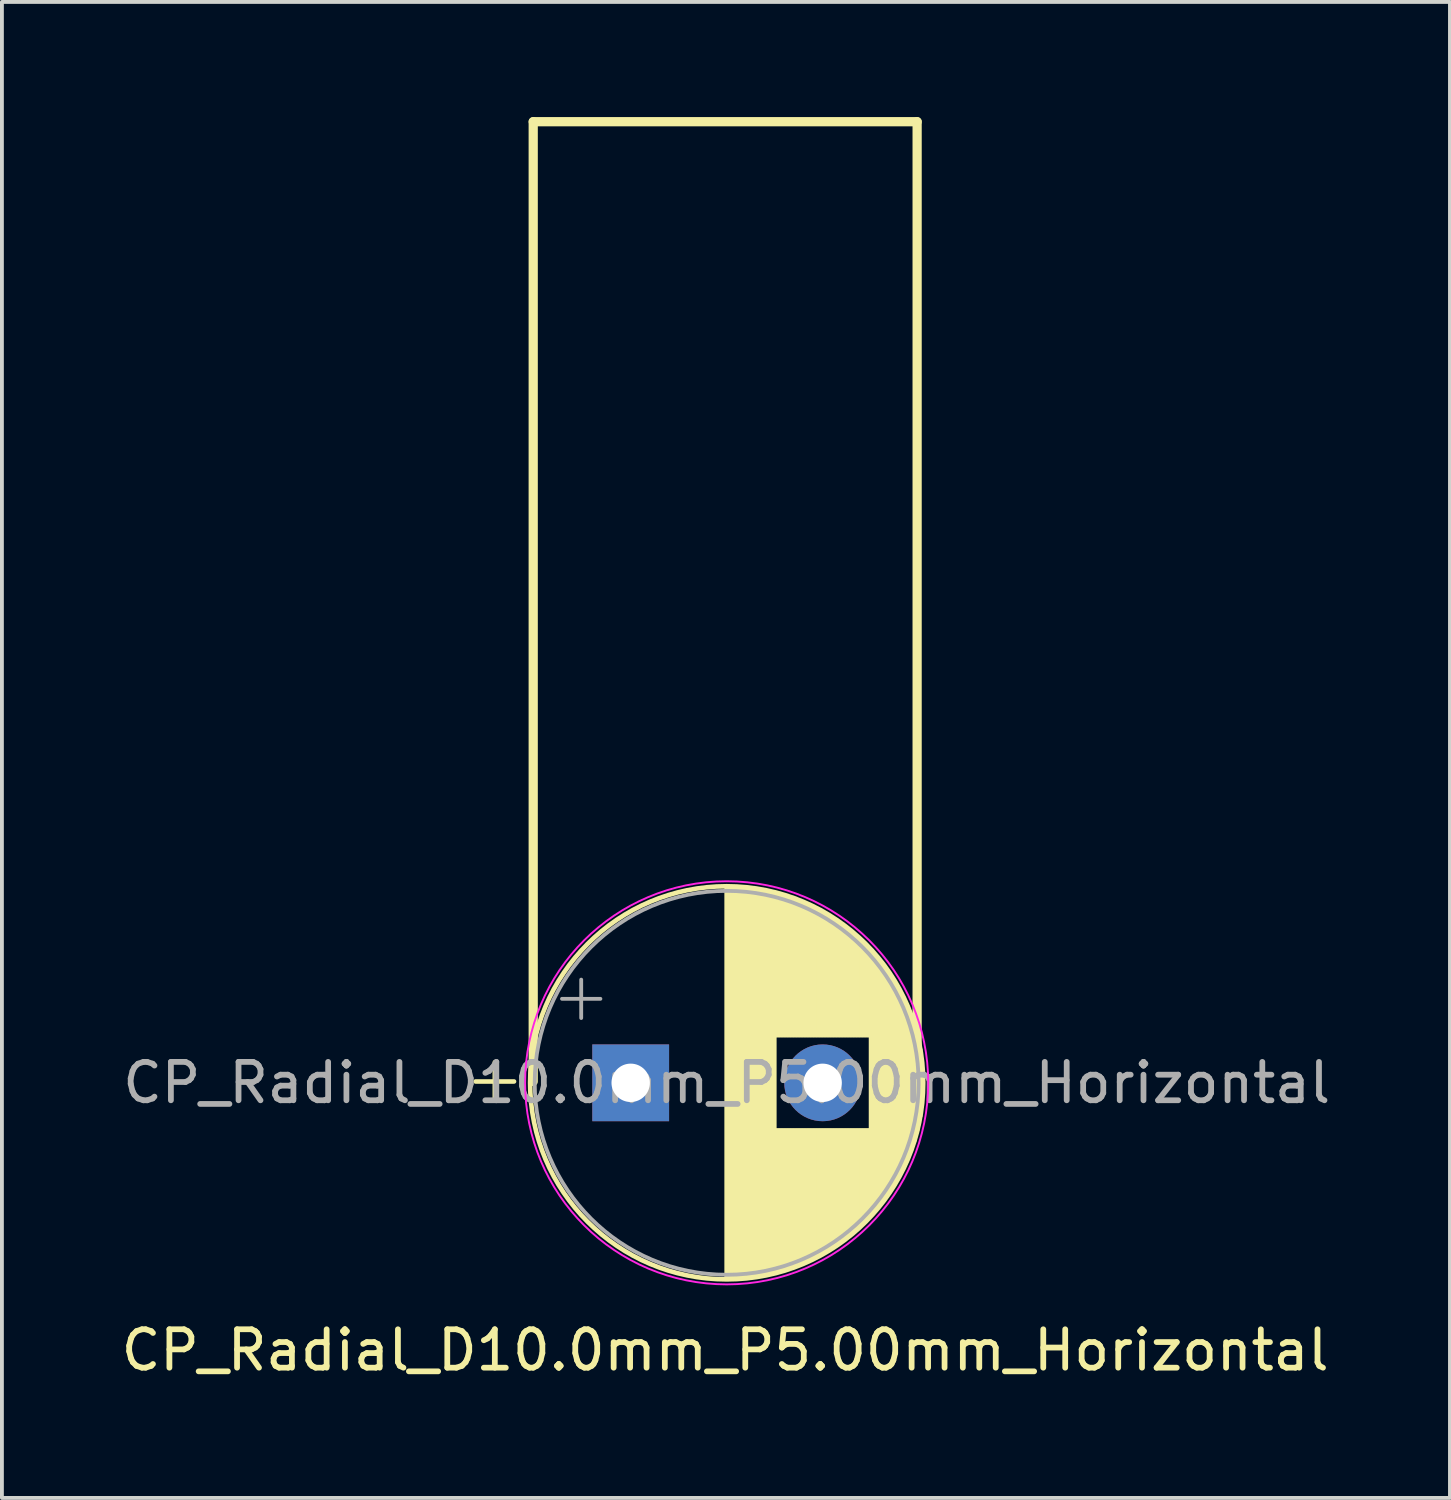
<source format=kicad_pcb>
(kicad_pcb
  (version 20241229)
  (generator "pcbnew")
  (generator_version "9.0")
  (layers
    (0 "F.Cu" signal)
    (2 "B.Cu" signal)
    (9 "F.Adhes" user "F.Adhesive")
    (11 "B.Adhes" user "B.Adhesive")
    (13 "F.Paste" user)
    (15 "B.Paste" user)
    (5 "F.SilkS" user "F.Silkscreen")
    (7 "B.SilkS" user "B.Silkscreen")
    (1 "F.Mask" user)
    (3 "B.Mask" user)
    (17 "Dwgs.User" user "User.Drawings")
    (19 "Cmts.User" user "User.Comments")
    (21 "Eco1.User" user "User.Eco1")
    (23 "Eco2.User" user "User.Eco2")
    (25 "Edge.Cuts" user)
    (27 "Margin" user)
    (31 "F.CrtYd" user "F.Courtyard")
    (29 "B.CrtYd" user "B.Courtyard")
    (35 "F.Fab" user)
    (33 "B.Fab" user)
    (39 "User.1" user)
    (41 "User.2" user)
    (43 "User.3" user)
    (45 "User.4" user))
  (footprint "CP_Radial_D10.0mm_P5.00mm_Horizontal"
    (layer "F.Cu")
    (at 15.839 25.12)
    (property "Reference" "CP_Radial_D10.0mm_P5.00mm_Horizontal" (at 0 7 0) (unlocked yes) (layer "F.SilkS") (effects (font (size 1 1) (thickness 0.15))))
    (attr through_hole)
    (fp_line (start -6.5 0) (end -5.5 0) (stroke (width 0.12) (type solid)) (layer "F.SilkS"))
    (fp_line (start -6 -0.5) (end -6 0.5) (stroke (width 0.12) (type solid)) (layer "F.SilkS"))
    (fp_line (start -5 -25) (end -5 0) (stroke (width 0.24) (type solid)) (layer "F.SilkS"))
    (fp_line (start 0.039 -5.045) (end 0.039 5.114) (stroke (width 0.12) (type solid)) (layer "F.SilkS"))
    (fp_line (start 0.079 -5.045) (end 0.079 5.114) (stroke (width 0.12) (type solid)) (layer "F.SilkS"))
    (fp_line (start 0.119 -5.045) (end 0.119 5.114) (stroke (width 0.12) (type solid)) (layer "F.SilkS"))
    (fp_line (start 0.159 -5.045) (end 0.159 5.114) (stroke (width 0.12) (type solid)) (layer "F.SilkS"))
    (fp_line (start 0.199 -5.043) (end 0.199 5.112) (stroke (width 0.12) (type solid)) (layer "F.SilkS"))
    (fp_line (start 0.239 -5.043) (end 0.239 5.112) (stroke (width 0.12) (type solid)) (layer "F.SilkS"))
    (fp_line (start 0.279 -5.04) (end 0.279 5.109) (stroke (width 0.12) (type solid)) (layer "F.SilkS"))
    (fp_line (start 0.319 -5.038) (end 0.319 5.107) (stroke (width 0.12) (type solid)) (layer "F.SilkS"))
    (fp_line (start 0.359 -5.035) (end 0.359 5.104) (stroke (width 0.12) (type solid)) (layer "F.SilkS"))
    (fp_line (start 0.399 -5.034) (end 0.399 5.103) (stroke (width 0.12) (type solid)) (layer "F.SilkS"))
    (fp_line (start 0.439 -5.03) (end 0.439 5.099) (stroke (width 0.12) (type solid)) (layer "F.SilkS"))
    (fp_line (start 0.479 -5.027) (end 0.479 5.096) (stroke (width 0.12) (type solid)) (layer "F.SilkS"))
    (fp_line (start 0.519 -5.024) (end 0.519 5.093) (stroke (width 0.12) (type solid)) (layer "F.SilkS"))
    (fp_line (start 0.559 -5.019) (end 0.559 5.088) (stroke (width 0.12) (type solid)) (layer "F.SilkS"))
    (fp_line (start 0.599 -5.016) (end 0.599 5.085) (stroke (width 0.12) (type solid)) (layer "F.SilkS"))
    (fp_line (start 0.639 -5.011) (end 0.639 5.08) (stroke (width 0.12) (type solid)) (layer "F.SilkS"))
    (fp_line (start 0.679 -5.005) (end 0.679 5.074) (stroke (width 0.12) (type solid)) (layer "F.SilkS"))
    (fp_line (start 0.719 -5) (end 0.719 5.069) (stroke (width 0.12) (type solid)) (layer "F.SilkS"))
    (fp_line (start 0.76 -4.995) (end 0.76 5.064) (stroke (width 0.12) (type solid)) (layer "F.SilkS"))
    (fp_line (start 0.8 -4.989) (end 0.8 5.059) (stroke (width 0.12) (type solid)) (layer "F.SilkS"))
    (fp_line (start 0.84 -4.984) (end 0.84 5.053) (stroke (width 0.12) (type solid)) (layer "F.SilkS"))
    (fp_line (start 0.88 -4.976) (end 0.88 5.045) (stroke (width 0.12) (type solid)) (layer "F.SilkS"))
    (fp_line (start 0.92 -4.97) (end 0.92 5.038) (stroke (width 0.12) (type solid)) (layer "F.SilkS"))
    (fp_line (start 0.96 -4.963) (end 0.96 5.032) (stroke (width 0.12) (type solid)) (layer "F.SilkS"))
    (fp_line (start 1 -4.955) (end 1 5.024) (stroke (width 0.12) (type solid)) (layer "F.SilkS"))
    (fp_line (start 1.04 -4.947) (end 1.04 5.016) (stroke (width 0.12) (type solid)) (layer "F.SilkS"))
    (fp_line (start 1.08 -4.939) (end 1.08 5.008) (stroke (width 0.12) (type solid)) (layer "F.SilkS"))
    (fp_line (start 1.12 -4.931) (end 1.12 5) (stroke (width 0.12) (type solid)) (layer "F.SilkS"))
    (fp_line (start 1.16 -4.921) (end 1.16 4.99) (stroke (width 0.12) (type solid)) (layer "F.SilkS"))
    (fp_line (start 1.2 -4.912) (end 1.2 4.981) (stroke (width 0.12) (type solid)) (layer "F.SilkS"))
    (fp_line (start 1.24 -4.904) (end 1.24 4.973) (stroke (width 0.12) (type solid)) (layer "F.SilkS"))
    (fp_line (start 1.28 -4.894) (end 1.28 4.963) (stroke (width 0.12) (type solid)) (layer "F.SilkS"))
    (fp_line (start 1.32 -4.883) (end 1.32 -1.206) (stroke (width 0.12) (type solid)) (layer "F.SilkS"))
    (fp_line (start 1.32 1.276) (end 1.32 4.952) (stroke (width 0.12) (type solid)) (layer "F.SilkS"))
    (fp_line (start 1.36 -4.872) (end 1.36 -1.206) (stroke (width 0.12) (type solid)) (layer "F.SilkS"))
    (fp_line (start 1.36 1.276) (end 1.36 4.941) (stroke (width 0.12) (type solid)) (layer "F.SilkS"))
    (fp_line (start 1.4 -4.862) (end 1.4 -1.206) (stroke (width 0.12) (type solid)) (layer "F.SilkS"))
    (fp_line (start 1.4 1.276) (end 1.4 4.931) (stroke (width 0.12) (type solid)) (layer "F.SilkS"))
    (fp_line (start 1.44 -4.851) (end 1.44 -1.206) (stroke (width 0.12) (type solid)) (layer "F.SilkS"))
    (fp_line (start 1.44 1.276) (end 1.44 4.92) (stroke (width 0.12) (type solid)) (layer "F.SilkS"))
    (fp_line (start 1.48 -4.84) (end 1.48 -1.206) (stroke (width 0.12) (type solid)) (layer "F.SilkS"))
    (fp_line (start 1.48 1.276) (end 1.48 4.909) (stroke (width 0.12) (type solid)) (layer "F.SilkS"))
    (fp_line (start 1.52 -4.827) (end 1.52 -1.206) (stroke (width 0.12) (type solid)) (layer "F.SilkS"))
    (fp_line (start 1.52 1.276) (end 1.52 4.896) (stroke (width 0.12) (type solid)) (layer "F.SilkS"))
    (fp_line (start 1.56 -4.816) (end 1.56 -1.206) (stroke (width 0.12) (type solid)) (layer "F.SilkS"))
    (fp_line (start 1.56 1.276) (end 1.56 4.885) (stroke (width 0.12) (type solid)) (layer "F.SilkS"))
    (fp_line (start 1.6 -4.803) (end 1.6 -1.206) (stroke (width 0.12) (type solid)) (layer "F.SilkS"))
    (fp_line (start 1.6 1.276) (end 1.6 4.872) (stroke (width 0.12) (type solid)) (layer "F.SilkS"))
    (fp_line (start 1.64 -4.79) (end 1.64 -1.206) (stroke (width 0.12) (type solid)) (layer "F.SilkS"))
    (fp_line (start 1.64 1.276) (end 1.64 4.859) (stroke (width 0.12) (type solid)) (layer "F.SilkS"))
    (fp_line (start 1.68 -4.777) (end 1.68 -1.206) (stroke (width 0.12) (type solid)) (layer "F.SilkS"))
    (fp_line (start 1.68 1.276) (end 1.68 4.846) (stroke (width 0.12) (type solid)) (layer "F.SilkS"))
    (fp_line (start 1.72 -4.763) (end 1.72 -1.206) (stroke (width 0.12) (type solid)) (layer "F.SilkS"))
    (fp_line (start 1.72 1.276) (end 1.72 4.832) (stroke (width 0.12) (type solid)) (layer "F.SilkS"))
    (fp_line (start 1.76 -4.748) (end 1.76 -1.206) (stroke (width 0.12) (type solid)) (layer "F.SilkS"))
    (fp_line (start 1.76 1.276) (end 1.76 4.817) (stroke (width 0.12) (type solid)) (layer "F.SilkS"))
    (fp_line (start 1.8 -4.734) (end 1.8 -1.206) (stroke (width 0.12) (type solid)) (layer "F.SilkS"))
    (fp_line (start 1.8 1.276) (end 1.8 4.803) (stroke (width 0.12) (type solid)) (layer "F.SilkS"))
    (fp_line (start 1.84 -4.72) (end 1.84 -1.206) (stroke (width 0.12) (type solid)) (layer "F.SilkS"))
    (fp_line (start 1.84 1.276) (end 1.84 4.788) (stroke (width 0.12) (type solid)) (layer "F.SilkS"))
    (fp_line (start 1.88 -4.704) (end 1.88 -1.206) (stroke (width 0.12) (type solid)) (layer "F.SilkS"))
    (fp_line (start 1.88 1.276) (end 1.88 4.772) (stroke (width 0.12) (type solid)) (layer "F.SilkS"))
    (fp_line (start 1.92 -4.689) (end 1.92 -1.206) (stroke (width 0.12) (type solid)) (layer "F.SilkS"))
    (fp_line (start 1.92 1.276) (end 1.92 4.758) (stroke (width 0.12) (type solid)) (layer "F.SilkS"))
    (fp_line (start 1.96 -4.673) (end 1.96 -1.206) (stroke (width 0.12) (type solid)) (layer "F.SilkS"))
    (fp_line (start 1.96 1.276) (end 1.96 4.742) (stroke (width 0.12) (type solid)) (layer "F.SilkS"))
    (fp_line (start 2 -4.655) (end 2 -1.206) (stroke (width 0.12) (type solid)) (layer "F.SilkS"))
    (fp_line (start 2 1.276) (end 2 4.724) (stroke (width 0.12) (type solid)) (layer "F.SilkS"))
    (fp_line (start 2.04 -4.639) (end 2.04 -1.206) (stroke (width 0.12) (type solid)) (layer "F.SilkS"))
    (fp_line (start 2.04 1.276) (end 2.04 4.708) (stroke (width 0.12) (type solid)) (layer "F.SilkS"))
    (fp_line (start 2.08 -4.622) (end 2.08 -1.206) (stroke (width 0.12) (type solid)) (layer "F.SilkS"))
    (fp_line (start 2.08 1.276) (end 2.08 4.691) (stroke (width 0.12) (type solid)) (layer "F.SilkS"))
    (fp_line (start 2.12 -4.604) (end 2.12 -1.206) (stroke (width 0.12) (type solid)) (layer "F.SilkS"))
    (fp_line (start 2.12 1.276) (end 2.12 4.673) (stroke (width 0.12) (type solid)) (layer "F.SilkS"))
    (fp_line (start 2.16 -4.587) (end 2.16 -1.206) (stroke (width 0.12) (type solid)) (layer "F.SilkS"))
    (fp_line (start 2.16 1.276) (end 2.16 4.655) (stroke (width 0.12) (type solid)) (layer "F.SilkS"))
    (fp_line (start 2.2 -4.569) (end 2.2 -1.206) (stroke (width 0.12) (type solid)) (layer "F.SilkS"))
    (fp_line (start 2.2 1.276) (end 2.2 4.638) (stroke (width 0.12) (type solid)) (layer "F.SilkS"))
    (fp_line (start 2.24 -4.55) (end 2.24 -1.206) (stroke (width 0.12) (type solid)) (layer "F.SilkS"))
    (fp_line (start 2.24 1.276) (end 2.24 4.619) (stroke (width 0.12) (type solid)) (layer "F.SilkS"))
    (fp_line (start 2.28 -4.529) (end 2.28 -1.206) (stroke (width 0.12) (type solid)) (layer "F.SilkS"))
    (fp_line (start 2.28 1.276) (end 2.28 4.598) (stroke (width 0.12) (type solid)) (layer "F.SilkS"))
    (fp_line (start 2.32 -4.511) (end 2.32 -1.206) (stroke (width 0.12) (type solid)) (layer "F.SilkS"))
    (fp_line (start 2.32 1.276) (end 2.32 4.58) (stroke (width 0.12) (type solid)) (layer "F.SilkS"))
    (fp_line (start 2.36 -4.49) (end 2.36 -1.206) (stroke (width 0.12) (type solid)) (layer "F.SilkS"))
    (fp_line (start 2.36 1.276) (end 2.36 4.559) (stroke (width 0.12) (type solid)) (layer "F.SilkS"))
    (fp_line (start 2.4 -4.47) (end 2.4 -1.206) (stroke (width 0.12) (type solid)) (layer "F.SilkS"))
    (fp_line (start 2.4 1.276) (end 2.4 4.538) (stroke (width 0.12) (type solid)) (layer "F.SilkS"))
    (fp_line (start 2.44 -4.449) (end 2.44 -1.206) (stroke (width 0.12) (type solid)) (layer "F.SilkS"))
    (fp_line (start 2.44 1.276) (end 2.44 4.518) (stroke (width 0.12) (type solid)) (layer "F.SilkS"))
    (fp_line (start 2.48 -4.428) (end 2.48 -1.206) (stroke (width 0.12) (type solid)) (layer "F.SilkS"))
    (fp_line (start 2.48 1.276) (end 2.48 4.497) (stroke (width 0.12) (type solid)) (layer "F.SilkS"))
    (fp_line (start 2.52 -4.405) (end 2.52 -1.206) (stroke (width 0.12) (type solid)) (layer "F.SilkS"))
    (fp_line (start 2.52 1.276) (end 2.52 4.474) (stroke (width 0.12) (type solid)) (layer "F.SilkS"))
    (fp_line (start 2.56 -4.383) (end 2.56 -1.206) (stroke (width 0.12) (type solid)) (layer "F.SilkS"))
    (fp_line (start 2.56 1.276) (end 2.56 4.452) (stroke (width 0.12) (type solid)) (layer "F.SilkS"))
    (fp_line (start 2.6 -4.361) (end 2.6 -1.206) (stroke (width 0.12) (type solid)) (layer "F.SilkS"))
    (fp_line (start 2.6 1.276) (end 2.6 4.429) (stroke (width 0.12) (type solid)) (layer "F.SilkS"))
    (fp_line (start 2.64 -4.337) (end 2.64 -1.206) (stroke (width 0.12) (type solid)) (layer "F.SilkS"))
    (fp_line (start 2.64 1.276) (end 2.64 4.405) (stroke (width 0.12) (type solid)) (layer "F.SilkS"))
    (fp_line (start 2.68 -4.312) (end 2.68 -1.206) (stroke (width 0.12) (type solid)) (layer "F.SilkS"))
    (fp_line (start 2.68 1.276) (end 2.68 4.381) (stroke (width 0.12) (type solid)) (layer "F.SilkS"))
    (fp_line (start 2.72 -4.288) (end 2.72 -1.206) (stroke (width 0.12) (type solid)) (layer "F.SilkS"))
    (fp_line (start 2.72 1.276) (end 2.72 4.357) (stroke (width 0.12) (type solid)) (layer "F.SilkS"))
    (fp_line (start 2.76 -4.263) (end 2.76 -1.206) (stroke (width 0.12) (type solid)) (layer "F.SilkS"))
    (fp_line (start 2.76 1.276) (end 2.76 4.332) (stroke (width 0.12) (type solid)) (layer "F.SilkS"))
    (fp_line (start 2.8 -4.239) (end 2.8 -1.206) (stroke (width 0.12) (type solid)) (layer "F.SilkS"))
    (fp_line (start 2.8 1.276) (end 2.8 4.308) (stroke (width 0.12) (type solid)) (layer "F.SilkS"))
    (fp_line (start 2.84 -4.213) (end 2.84 -1.206) (stroke (width 0.12) (type solid)) (layer "F.SilkS"))
    (fp_line (start 2.84 1.276) (end 2.84 4.282) (stroke (width 0.12) (type solid)) (layer "F.SilkS"))
    (fp_line (start 2.88 -4.186) (end 2.88 -1.206) (stroke (width 0.12) (type solid)) (layer "F.SilkS"))
    (fp_line (start 2.88 1.276) (end 2.88 4.255) (stroke (width 0.12) (type solid)) (layer "F.SilkS"))
    (fp_line (start 2.92 -4.16) (end 2.92 -1.206) (stroke (width 0.12) (type solid)) (layer "F.SilkS"))
    (fp_line (start 2.92 1.276) (end 2.92 4.229) (stroke (width 0.12) (type solid)) (layer "F.SilkS"))
    (fp_line (start 2.96 -4.131) (end 2.96 -1.206) (stroke (width 0.12) (type solid)) (layer "F.SilkS"))
    (fp_line (start 2.96 1.276) (end 2.96 4.2) (stroke (width 0.12) (type solid)) (layer "F.SilkS"))
    (fp_line (start 3 -4.104) (end 3 -1.206) (stroke (width 0.12) (type solid)) (layer "F.SilkS"))
    (fp_line (start 3 1.276) (end 3 4.173) (stroke (width 0.12) (type solid)) (layer "F.SilkS"))
    (fp_line (start 3.04 -4.075) (end 3.04 -1.206) (stroke (width 0.12) (type solid)) (layer "F.SilkS"))
    (fp_line (start 3.04 1.276) (end 3.04 4.144) (stroke (width 0.12) (type solid)) (layer "F.SilkS"))
    (fp_line (start 3.08 -4.045) (end 3.08 -1.206) (stroke (width 0.12) (type solid)) (layer "F.SilkS"))
    (fp_line (start 3.08 1.276) (end 3.08 4.114) (stroke (width 0.12) (type solid)) (layer "F.SilkS"))
    (fp_line (start 3.12 -4.016) (end 3.12 -1.206) (stroke (width 0.12) (type solid)) (layer "F.SilkS"))
    (fp_line (start 3.12 1.276) (end 3.12 4.085) (stroke (width 0.12) (type solid)) (layer "F.SilkS"))
    (fp_line (start 3.16 -3.986) (end 3.16 -1.206) (stroke (width 0.12) (type solid)) (layer "F.SilkS"))
    (fp_line (start 3.16 1.276) (end 3.16 4.054) (stroke (width 0.12) (type solid)) (layer "F.SilkS"))
    (fp_line (start 3.2 -3.954) (end 3.2 -1.206) (stroke (width 0.12) (type solid)) (layer "F.SilkS"))
    (fp_line (start 3.2 1.276) (end 3.2 4.024) (stroke (width 0.12) (type solid)) (layer "F.SilkS"))
    (fp_line (start 3.24 -3.922) (end 3.24 -1.206) (stroke (width 0.12) (type solid)) (layer "F.SilkS"))
    (fp_line (start 3.24 1.276) (end 3.24 3.991) (stroke (width 0.12) (type solid)) (layer "F.SilkS"))
    (fp_line (start 3.28 -3.89) (end 3.28 -1.206) (stroke (width 0.12) (type solid)) (layer "F.SilkS"))
    (fp_line (start 3.28 1.276) (end 3.28 3.959) (stroke (width 0.12) (type solid)) (layer "F.SilkS"))
    (fp_line (start 3.32 -3.857) (end 3.32 -1.206) (stroke (width 0.12) (type solid)) (layer "F.SilkS"))
    (fp_line (start 3.32 1.276) (end 3.32 3.926) (stroke (width 0.12) (type solid)) (layer "F.SilkS"))
    (fp_line (start 3.36 -3.824) (end 3.36 -1.206) (stroke (width 0.12) (type solid)) (layer "F.SilkS"))
    (fp_line (start 3.36 1.276) (end 3.36 3.893) (stroke (width 0.12) (type solid)) (layer "F.SilkS"))
    (fp_line (start 3.4 -3.789) (end 3.4 -1.206) (stroke (width 0.12) (type solid)) (layer "F.SilkS"))
    (fp_line (start 3.4 1.276) (end 3.4 3.858) (stroke (width 0.12) (type solid)) (layer "F.SilkS"))
    (fp_line (start 3.44 -3.755) (end 3.44 -1.206) (stroke (width 0.12) (type solid)) (layer "F.SilkS"))
    (fp_line (start 3.44 1.276) (end 3.44 3.824) (stroke (width 0.12) (type solid)) (layer "F.SilkS"))
    (fp_line (start 3.48 -3.719) (end 3.48 -1.206) (stroke (width 0.12) (type solid)) (layer "F.SilkS"))
    (fp_line (start 3.48 1.276) (end 3.48 3.788) (stroke (width 0.12) (type solid)) (layer "F.SilkS"))
    (fp_line (start 3.52 -3.682) (end 3.52 -1.206) (stroke (width 0.12) (type solid)) (layer "F.SilkS"))
    (fp_line (start 3.52 1.276) (end 3.52 3.751) (stroke (width 0.12) (type solid)) (layer "F.SilkS"))
    (fp_line (start 3.56 -3.644) (end 3.56 -1.206) (stroke (width 0.12) (type solid)) (layer "F.SilkS"))
    (fp_line (start 3.56 1.276) (end 3.56 3.713) (stroke (width 0.12) (type solid)) (layer "F.SilkS"))
    (fp_line (start 3.6 -3.606) (end 3.6 -1.206) (stroke (width 0.12) (type solid)) (layer "F.SilkS"))
    (fp_line (start 3.6 1.276) (end 3.6 3.675) (stroke (width 0.12) (type solid)) (layer "F.SilkS"))
    (fp_line (start 3.64 -3.567) (end 3.64 -1.206) (stroke (width 0.12) (type solid)) (layer "F.SilkS"))
    (fp_line (start 3.64 1.276) (end 3.64 3.635) (stroke (width 0.12) (type solid)) (layer "F.SilkS"))
    (fp_line (start 3.68 -3.526) (end 3.68 -1.206) (stroke (width 0.12) (type solid)) (layer "F.SilkS"))
    (fp_line (start 3.68 1.276) (end 3.68 3.595) (stroke (width 0.12) (type solid)) (layer "F.SilkS"))
    (fp_line (start 3.72 -3.486) (end 3.72 -1.206) (stroke (width 0.12) (type solid)) (layer "F.SilkS"))
    (fp_line (start 3.72 1.276) (end 3.72 3.554) (stroke (width 0.12) (type solid)) (layer "F.SilkS"))
    (fp_line (start 3.76 -3.443) (end 3.76 -1.206) (stroke (width 0.12) (type solid)) (layer "F.SilkS"))
    (fp_line (start 3.76 1.276) (end 3.76 3.513) (stroke (width 0.12) (type solid)) (layer "F.SilkS"))
    (fp_line (start 3.8 -3.401) (end 3.8 3.47) (stroke (width 0.12) (type solid)) (layer "F.SilkS"))
    (fp_line (start 3.84 -3.357) (end 3.84 3.426) (stroke (width 0.12) (type solid)) (layer "F.SilkS"))
    (fp_line (start 3.88 -3.312) (end 3.88 3.381) (stroke (width 0.12) (type solid)) (layer "F.SilkS"))
    (fp_line (start 3.92 -3.267) (end 3.92 3.336) (stroke (width 0.12) (type solid)) (layer "F.SilkS"))
    (fp_line (start 3.96 -3.22) (end 3.96 3.288) (stroke (width 0.12) (type solid)) (layer "F.SilkS"))
    (fp_line (start 4 -3.171) (end 4 3.24) (stroke (width 0.12) (type solid)) (layer "F.SilkS"))
    (fp_line (start 4.04 -3.122) (end 4.04 3.191) (stroke (width 0.12) (type solid)) (layer "F.SilkS"))
    (fp_line (start 4.08 -3.071) (end 4.08 3.14) (stroke (width 0.12) (type solid)) (layer "F.SilkS"))
    (fp_line (start 4.12 -3.019) (end 4.12 3.088) (stroke (width 0.12) (type solid)) (layer "F.SilkS"))
    (fp_line (start 4.16 -2.966) (end 4.16 3.034) (stroke (width 0.12) (type solid)) (layer "F.SilkS"))
    (fp_line (start 4.2 -2.91) (end 4.2 2.979) (stroke (width 0.12) (type solid)) (layer "F.SilkS"))
    (fp_line (start 4.24 -2.854) (end 4.24 2.924) (stroke (width 0.12) (type solid)) (layer "F.SilkS"))
    (fp_line (start 4.28 -2.796) (end 4.28 2.865) (stroke (width 0.12) (type solid)) (layer "F.SilkS"))
    (fp_line (start 4.32 -2.736) (end 4.32 2.804) (stroke (width 0.12) (type solid)) (layer "F.SilkS"))
    (fp_line (start 4.36 -2.675) (end 4.36 2.744) (stroke (width 0.12) (type solid)) (layer "F.SilkS"))
    (fp_line (start 4.4 -2.611) (end 4.4 2.679) (stroke (width 0.12) (type solid)) (layer "F.SilkS"))
    (fp_line (start 4.44 -2.545) (end 4.44 2.614) (stroke (width 0.12) (type solid)) (layer "F.SilkS"))
    (fp_line (start 4.48 -2.475) (end 4.48 2.545) (stroke (width 0.12) (type solid)) (layer "F.SilkS"))
    (fp_line (start 4.52 -2.405) (end 4.52 2.474) (stroke (width 0.12) (type solid)) (layer "F.SilkS"))
    (fp_line (start 4.56 -2.33) (end 4.56 2.4) (stroke (width 0.12) (type solid)) (layer "F.SilkS"))
    (fp_line (start 4.6 -2.255) (end 4.6 2.324) (stroke (width 0.12) (type solid)) (layer "F.SilkS"))
    (fp_line (start 4.64 -2.175) (end 4.64 2.244) (stroke (width 0.12) (type solid)) (layer "F.SilkS"))
    (fp_line (start 4.68 -2.091) (end 4.68 2.159) (stroke (width 0.12) (type solid)) (layer "F.SilkS"))
    (fp_line (start 4.72 -2.002) (end 4.72 2.071) (stroke (width 0.12) (type solid)) (layer "F.SilkS"))
    (fp_line (start 4.76 -1.909) (end 4.76 1.978) (stroke (width 0.12) (type solid)) (layer "F.SilkS"))
    (fp_line (start 4.8 -1.812) (end 4.8 1.881) (stroke (width 0.12) (type solid)) (layer "F.SilkS"))
    (fp_line (start 4.84 -1.708) (end 4.84 1.776) (stroke (width 0.12) (type solid)) (layer "F.SilkS"))
    (fp_line (start 4.88 -1.595) (end 4.88 1.665) (stroke (width 0.12) (type solid)) (layer "F.SilkS"))
    (fp_line (start 4.92 -1.476) (end 4.92 1.544) (stroke (width 0.12) (type solid)) (layer "F.SilkS"))
    (fp_line (start 4.96 -1.343) (end 4.96 1.413) (stroke (width 0.12) (type solid)) (layer "F.SilkS"))
    (fp_line (start 5 -25) (end -5 -25) (stroke (width 0.24) (type solid)) (layer "F.SilkS"))
    (fp_line (start 5 -25) (end 5 0) (stroke (width 0.24) (type solid)) (layer "F.SilkS"))
    (fp_line (start 5 -1.196) (end 5 1.264) (stroke (width 0.12) (type solid)) (layer "F.SilkS"))
    (fp_line (start 5.04 -1.028) (end 5.04 1.097) (stroke (width 0.12) (type solid)) (layer "F.SilkS"))
    (fp_line (start 5.08 -0.828) (end 5.08 0.896) (stroke (width 0.12) (type solid)) (layer "F.SilkS"))
    (fp_line (start 5.12 -0.565) (end 5.12 0.633) (stroke (width 0.12) (type solid)) (layer "F.SilkS"))
    (fp_circle (center 0.039 0.035) (end 5.159 0.035) (stroke (width 0.12) (type solid)) (fill no) (layer "F.SilkS"))
    (fp_circle (center 0.039 0.035) (end 5.289 0.035) (stroke (width 0.05) (type solid)) (fill no) (layer "F.CrtYd"))
    (fp_line (start -4.25 -2.153) (end -3.25 -2.153) (stroke (width 0.1) (type solid)) (layer "F.Fab"))
    (fp_line (start -3.75 -2.653) (end -3.75 -1.653) (stroke (width 0.1) (type solid)) (layer "F.Fab"))
    (fp_circle (center 0.039 0.035) (end 5.039 0.035) (stroke (width 0.1) (type solid)) (fill no) (layer "F.Fab"))
    (fp_text user "${REFERENCE}" (at 0.039 0.035 0) (layer "F.Fab") (effects (font (size 1 1) (thickness 0.15))))
    (pad "1" thru_hole rect (at -2.461 0.035) (size 2 2) (drill 1) (layers "*.Cu" "*.Mask"))
    (pad "2" thru_hole circle (at 2.539 0.035) (size 2 2) (drill 1) (layers "*.Cu" "*.Mask"))
    (zone (net_name "") (layer "F.SilkS") (hatch full 0.508) (connect_pads) (min_thickness 0.254) (filled_areas_thickness no) (keepout (tracks allowed) (vias allowed) (pads not_allowed) (copperpour allowed) (footprints not_allowed)) (placement (enabled no)) (fill) (polygon (pts (xy 20.839 15.12) (xy 20.839 20.12) (xy 10.839 20.12) (xy 10.839 0.12) (xy 20.839 0.12)))))
  (gr_rect
    (start -3 -3)
    (end 34.718 35.968)
    (stroke (width 0.1) (type default))
    (fill no)
    (layer "Edge.Cuts")))
</source>
